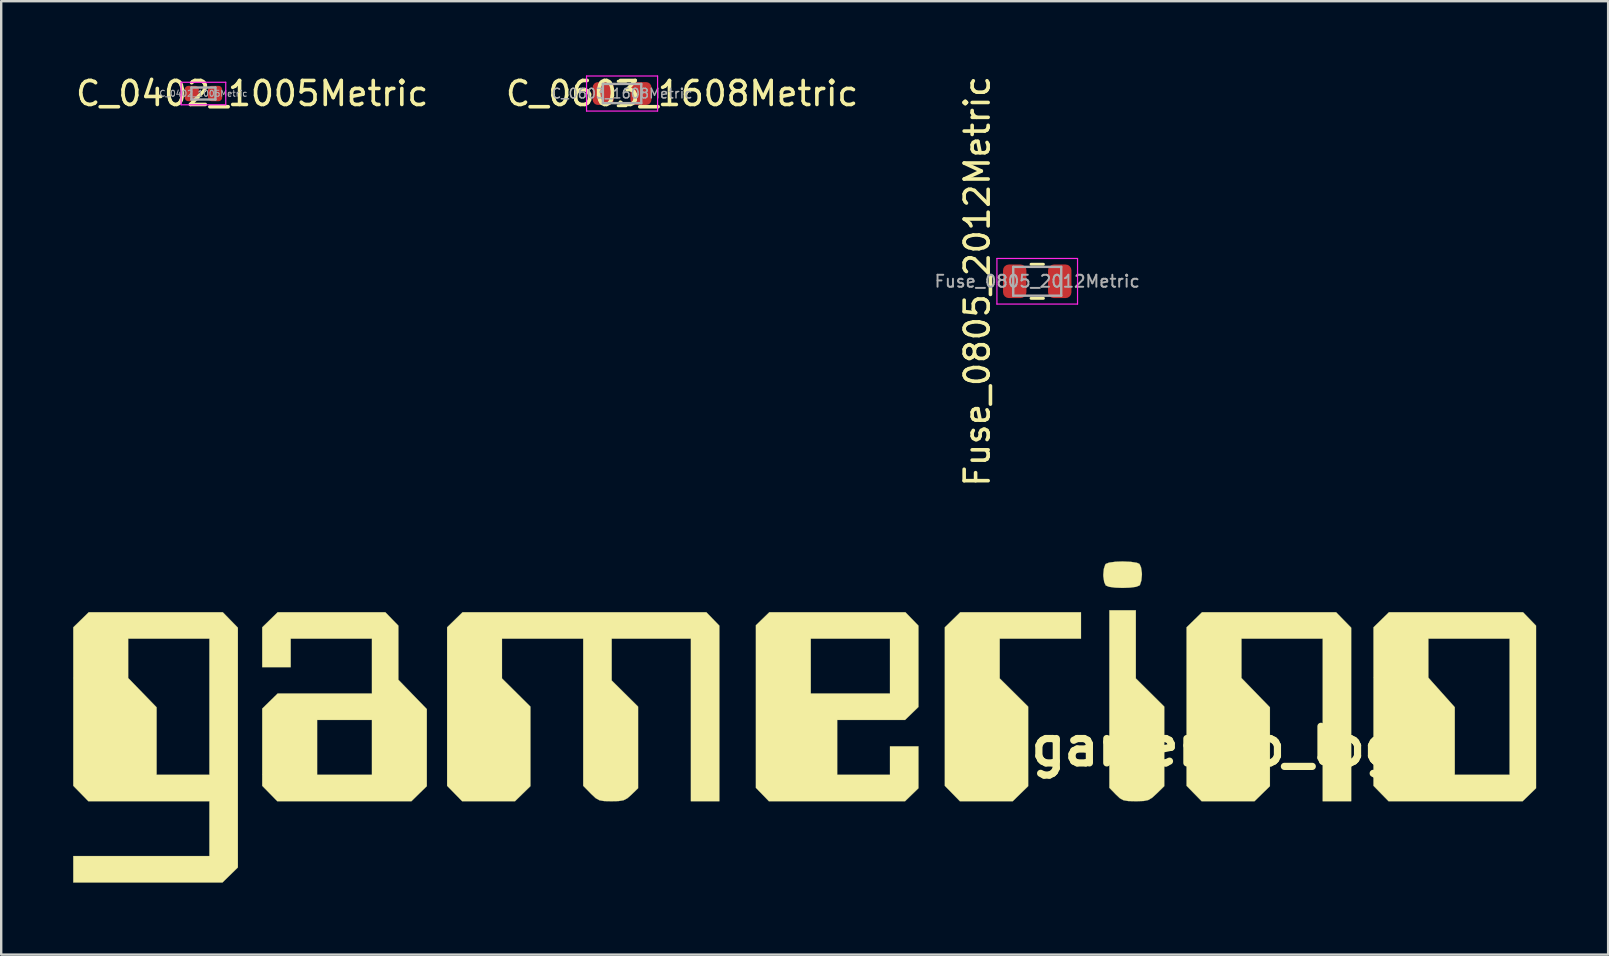
<source format=kicad_pcb>
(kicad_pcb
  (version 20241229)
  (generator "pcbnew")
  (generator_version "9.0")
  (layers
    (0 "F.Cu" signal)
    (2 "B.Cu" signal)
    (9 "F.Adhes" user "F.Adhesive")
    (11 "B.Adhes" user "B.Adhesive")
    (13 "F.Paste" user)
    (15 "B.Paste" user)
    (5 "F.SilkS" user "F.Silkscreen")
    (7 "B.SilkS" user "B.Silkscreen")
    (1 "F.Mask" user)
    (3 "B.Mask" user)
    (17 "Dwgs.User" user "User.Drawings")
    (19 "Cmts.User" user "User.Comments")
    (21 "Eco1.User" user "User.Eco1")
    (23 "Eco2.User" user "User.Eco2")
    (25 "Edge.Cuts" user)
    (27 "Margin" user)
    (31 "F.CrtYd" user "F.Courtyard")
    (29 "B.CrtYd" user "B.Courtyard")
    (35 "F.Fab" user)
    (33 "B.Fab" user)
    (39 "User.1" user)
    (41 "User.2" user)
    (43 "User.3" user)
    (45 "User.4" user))
  (footprint "gamerino_logo"
    (layer "F.Cu")
    (at 48.265 28.055)
    (property "Reference" "gamerino_logo" (at 0 0 0) (layer "F.SilkS") (effects (font (size 1.524 1.524) (thickness 0.3))))
    (attr through_hole)
    (fp_poly (pts (xy -6.265 -4.487) (xy -9.652 -4.487) (xy -9.652 -2.832) (xy -9.059 -2.244) (xy -8.467 -1.656) (xy -8.467 1.659) (xy -8.788 1.972) (xy -9.109 2.286) (xy -11.311 2.286) (xy -11.938 1.644) (xy -11.938 -4.961) (xy -11.617 -5.274) (xy -11.296 -5.588) (xy -6.265 -5.588) (xy -6.265 -4.487)) (stroke (width 0.01) (type solid)) (fill yes) (layer "F.SilkS"))
    (fp_poly (pts (xy -3.979 -2.832) (xy -2.794 -1.656) (xy -2.794 1.659) (xy -3.115 1.972) (xy -3.302 2.143) (xy -3.461 2.237) (xy -3.656 2.277) (xy -3.949 2.286) (xy -3.987 2.286) (xy -4.296 2.279) (xy -4.495 2.244) (xy -4.645 2.161) (xy -4.807 2.01) (xy -4.809 2.007) (xy -5.08 1.728) (xy -5.08 -5.673) (xy -3.979 -5.673) (xy -3.979 -2.832)) (stroke (width 0.01) (type solid)) (fill yes) (layer "F.SilkS"))
    (fp_poly (pts (xy 4.682 -5.267) (xy 4.995 -4.946) (xy 4.995 2.286) (xy 3.81 2.286) (xy 3.81 -4.487) (xy 0.423 -4.487) (xy 0.423 -2.849) (xy 1.016 -2.238) (xy 1.609 -1.627) (xy 1.609 1.659) (xy 1.288 1.972) (xy 0.967 2.286) (xy -1.236 2.286) (xy -1.863 1.644) (xy -1.863 -4.961) (xy -1.542 -5.274) (xy -1.221 -5.588) (xy 4.368 -5.588) (xy 4.682 -5.267)) (stroke (width 0.01) (type solid)) (fill yes) (layer "F.SilkS"))
    (fp_poly (pts (xy 12.7 -5.03) (xy 12.7 1.745) (xy 12.421 2.015) (xy 12.142 2.286) (xy 6.554 2.286) (xy 6.24 1.965) (xy 5.927 1.644) (xy 5.927 -4.487) (xy 8.213 -4.487) (xy 8.213 -2.862) (xy 8.763 -2.247) (xy 9.313 -1.632) (xy 9.313 1.185) (xy 11.599 1.185) (xy 11.599 -4.487) (xy 8.213 -4.487) (xy 5.927 -4.487) (xy 5.927 -4.961) (xy 6.569 -5.588) (xy 12.159 -5.588) (xy 12.7 -5.03)) (stroke (width 0.01) (type solid)) (fill yes) (layer "F.SilkS"))
    (fp_poly (pts (xy -41.716 -5.267) (xy -41.402 -4.946) (xy -41.402 5.046) (xy -42.044 5.673) (xy -48.26 5.673) (xy -48.26 4.572) (xy -42.587 4.572) (xy -42.587 2.286) (xy -47.633 2.286) (xy -48.26 1.644) (xy -48.26 -4.487) (xy -45.974 -4.487) (xy -45.974 -2.849) (xy -45.381 -2.238) (xy -44.789 -1.627) (xy -44.789 1.185) (xy -42.587 1.185) (xy -42.587 -4.487) (xy -45.974 -4.487) (xy -48.26 -4.487) (xy -48.26 -4.961) (xy -47.939 -5.274) (xy -47.618 -5.588) (xy -42.029 -5.588) (xy -41.716 -5.267)) (stroke (width 0.01) (type solid)) (fill yes) (layer "F.SilkS"))
    (fp_poly (pts (xy -4.188 -7.69) (xy -3.937 -7.651) (xy -3.827 -7.603) (xy -3.762 -7.458) (xy -3.727 -7.224) (xy -3.725 -7.154) (xy -3.749 -6.91) (xy -3.807 -6.732) (xy -3.827 -6.706) (xy -3.969 -6.649) (xy -4.223 -6.616) (xy -4.533 -6.604) (xy -4.842 -6.616) (xy -5.094 -6.65) (xy -5.232 -6.706) (xy -5.297 -6.85) (xy -5.332 -7.084) (xy -5.334 -7.154) (xy -5.311 -7.399) (xy -5.252 -7.576) (xy -5.232 -7.603) (xy -5.092 -7.658) (xy -4.825 -7.694) (xy -4.53 -7.705) (xy -4.188 -7.69)) (stroke (width 0.01) (type solid)) (fill yes) (layer "F.SilkS"))
    (fp_poly (pts (xy -13.039 -5.03) (xy -13.039 -1.642) (xy -13.318 -1.371) (xy -13.597 -1.101) (xy -16.425 -1.101) (xy -16.425 1.185) (xy -14.224 1.185) (xy -14.224 0) (xy -13.039 0) (xy -13.039 1.745) (xy -13.318 2.015) (xy -13.597 2.286) (xy -19.271 2.286) (xy -19.541 2.007) (xy -19.812 1.728) (xy -19.812 -4.487) (xy -17.526 -4.487) (xy -17.526 -2.201) (xy -14.224 -2.201) (xy -14.224 -4.487) (xy -17.526 -4.487) (xy -19.812 -4.487) (xy -19.812 -5.047) (xy -19.533 -5.317) (xy -19.254 -5.588) (xy -13.58 -5.588) (xy -13.039 -5.03)) (stroke (width 0.01) (type solid)) (fill yes) (layer "F.SilkS"))
    (fp_poly (pts (xy -34.984 -5.309) (xy -34.713 -5.03) (xy -34.713 -2.776) (xy -34.121 -2.165) (xy -33.528 -1.554) (xy -33.528 1.659) (xy -33.849 1.972) (xy -34.17 2.286) (xy -39.759 2.286) (xy -40.386 1.644) (xy -40.386 -1.101) (xy -38.1 -1.101) (xy -38.1 1.185) (xy -35.814 1.185) (xy -35.814 -1.101) (xy -38.1 -1.101) (xy -40.386 -1.101) (xy -40.386 -1.574) (xy -40.065 -1.888) (xy -39.744 -2.201) (xy -35.814 -2.201) (xy -35.814 -4.487) (xy -39.201 -4.487) (xy -39.201 -3.302) (xy -40.386 -3.302) (xy -40.386 -4.961) (xy -40.065 -5.274) (xy -39.744 -5.588) (xy -35.255 -5.588) (xy -34.984 -5.309)) (stroke (width 0.01) (type solid)) (fill yes) (layer "F.SilkS"))
    (fp_poly (pts (xy -21.336 -5.03) (xy -21.336 2.286) (xy -22.521 2.286) (xy -22.521 -4.487) (xy -25.823 -4.487) (xy -25.823 -2.747) (xy -25.273 -2.201) (xy -24.723 -1.656) (xy -24.723 1.745) (xy -25.002 2.015) (xy -25.171 2.164) (xy -25.33 2.246) (xy -25.539 2.28) (xy -25.831 2.286) (xy -26.137 2.28) (xy -26.335 2.245) (xy -26.49 2.159) (xy -26.663 1.997) (xy -26.695 1.965) (xy -27.009 1.644) (xy -27.009 -4.487) (xy -30.395 -4.487) (xy -30.395 -2.832) (xy -29.21 -1.656) (xy -29.21 1.659) (xy -29.531 1.972) (xy -29.852 2.286) (xy -32.054 2.286) (xy -32.368 1.965) (xy -32.681 1.644) (xy -32.681 -4.961) (xy -32.039 -5.588) (xy -21.877 -5.588) (xy -21.336 -5.03)) (stroke (width 0.01) (type solid)) (fill yes) (layer "F.SilkS")))
  (footprint "Fuse_0805_2012Metric"
    (layer "F.Cu")
    (at 40.177 8.673)
    (property "Reference" "Fuse_0805_2012Metric" (at -2.5 0 90) (layer "F.SilkS") (effects (font (size 1 1) (thickness 0.15))))
    (attr smd)
    (fp_line (start -0.259 -0.71) (end 0.259 -0.71) (stroke (width 0.12) (type solid)) (layer "F.SilkS"))
    (fp_line (start -0.259 0.71) (end 0.259 0.71) (stroke (width 0.12) (type solid)) (layer "F.SilkS"))
    (fp_line (start -1.68 -0.95) (end 1.68 -0.95) (stroke (width 0.05) (type solid)) (layer "F.CrtYd"))
    (fp_line (start -1.68 0.95) (end -1.68 -0.95) (stroke (width 0.05) (type solid)) (layer "F.CrtYd"))
    (fp_line (start 1.68 -0.95) (end 1.68 0.95) (stroke (width 0.05) (type solid)) (layer "F.CrtYd"))
    (fp_line (start 1.68 0.95) (end -1.68 0.95) (stroke (width 0.05) (type solid)) (layer "F.CrtYd"))
    (fp_line (start -1 -0.6) (end 1 -0.6) (stroke (width 0.1) (type solid)) (layer "F.Fab"))
    (fp_line (start -1 0.6) (end -1 -0.6) (stroke (width 0.1) (type solid)) (layer "F.Fab"))
    (fp_line (start 1 -0.6) (end 1 0.6) (stroke (width 0.1) (type solid)) (layer "F.Fab"))
    (fp_line (start 1 0.6) (end -1 0.6) (stroke (width 0.1) (type solid)) (layer "F.Fab"))
    (fp_text user "${REFERENCE}" (at 0 0 0) (layer "F.Fab") (effects (font (size 0.5 0.5) (thickness 0.08))))
    (pad "1" smd roundrect (at -0.938 0) (size 0.975 1.4) (layers "F.Cu" "F.Mask" "F.Paste") (roundrect_rratio 0.25))
    (pad "2" smd roundrect (at 0.938 0) (size 0.975 1.4) (layers "F.Cu" "F.Mask" "F.Paste") (roundrect_rratio 0.25)))
  (footprint "C_0603_1608Metric"
    (layer "F.Cu")
    (at 22.875 0.848)
    (property "Reference" "C_0603_1608Metric" (at 2.5 0 0) (layer "F.SilkS") (effects (font (size 1 1) (thickness 0.15))))
    (attr smd)
    (fp_line (start -0.163 -0.51) (end 0.163 -0.51) (stroke (width 0.12) (type solid)) (layer "F.SilkS"))
    (fp_line (start -0.163 0.51) (end 0.163 0.51) (stroke (width 0.12) (type solid)) (layer "F.SilkS"))
    (fp_line (start -1.48 -0.73) (end 1.48 -0.73) (stroke (width 0.05) (type solid)) (layer "F.CrtYd"))
    (fp_line (start -1.48 0.73) (end -1.48 -0.73) (stroke (width 0.05) (type solid)) (layer "F.CrtYd"))
    (fp_line (start 1.48 -0.73) (end 1.48 0.73) (stroke (width 0.05) (type solid)) (layer "F.CrtYd"))
    (fp_line (start 1.48 0.73) (end -1.48 0.73) (stroke (width 0.05) (type solid)) (layer "F.CrtYd"))
    (fp_line (start -0.8 -0.4) (end 0.8 -0.4) (stroke (width 0.1) (type solid)) (layer "F.Fab"))
    (fp_line (start -0.8 0.4) (end -0.8 -0.4) (stroke (width 0.1) (type solid)) (layer "F.Fab"))
    (fp_line (start 0.8 -0.4) (end 0.8 0.4) (stroke (width 0.1) (type solid)) (layer "F.Fab"))
    (fp_line (start 0.8 0.4) (end -0.8 0.4) (stroke (width 0.1) (type solid)) (layer "F.Fab"))
    (fp_text user "${REFERENCE}" (at 0 0 0) (layer "F.Fab") (effects (font (size 0.4 0.4) (thickness 0.06))))
    (pad "1" smd roundrect (at -0.787 0) (size 0.875 0.95) (layers "F.Cu" "F.Mask" "F.Paste") (roundrect_rratio 0.25))
    (pad "2" smd roundrect (at 0.787 0) (size 0.875 0.95) (layers "F.Cu" "F.Mask" "F.Paste") (roundrect_rratio 0.25)))
  (footprint "C_0402_1005Metric"
    (layer "F.Cu")
    (at 5.428 0.848)
    (property "Reference" "C_0402_1005Metric" (at 2.03 0 180) (layer "F.SilkS") (effects (font (size 1 1) (thickness 0.15))))
    (attr smd)
    (fp_line (start -0.93 -0.47) (end 0.93 -0.47) (stroke (width 0.05) (type solid)) (layer "F.CrtYd"))
    (fp_line (start -0.93 0.47) (end -0.93 -0.47) (stroke (width 0.05) (type solid)) (layer "F.CrtYd"))
    (fp_line (start 0.93 -0.47) (end 0.93 0.47) (stroke (width 0.05) (type solid)) (layer "F.CrtYd"))
    (fp_line (start 0.93 0.47) (end -0.93 0.47) (stroke (width 0.05) (type solid)) (layer "F.CrtYd"))
    (fp_line (start -0.5 -0.25) (end 0.5 -0.25) (stroke (width 0.1) (type solid)) (layer "F.Fab"))
    (fp_line (start -0.5 0.25) (end -0.5 -0.25) (stroke (width 0.1) (type solid)) (layer "F.Fab"))
    (fp_line (start 0.5 -0.25) (end 0.5 0.25) (stroke (width 0.1) (type solid)) (layer "F.Fab"))
    (fp_line (start 0.5 0.25) (end -0.5 0.25) (stroke (width 0.1) (type solid)) (layer "F.Fab"))
    (fp_text user "${REFERENCE}" (at 0 0 180) (layer "F.Fab") (effects (font (size 0.25 0.25) (thickness 0.04))))
    (pad "1" smd roundrect (at -0.485 0) (size 0.59 0.64) (layers "F.Cu" "F.Mask" "F.Paste") (roundrect_rratio 0.25))
    (pad "2" smd roundrect (at 0.485 0) (size 0.59 0.64) (layers "F.Cu" "F.Mask" "F.Paste") (roundrect_rratio 0.25)))
  (gr_rect
    (start -3 -3)
    (end 63.97 36.733)
    (stroke (width 0.1) (type default))
    (fill no)
    (layer "Edge.Cuts")))
</source>
